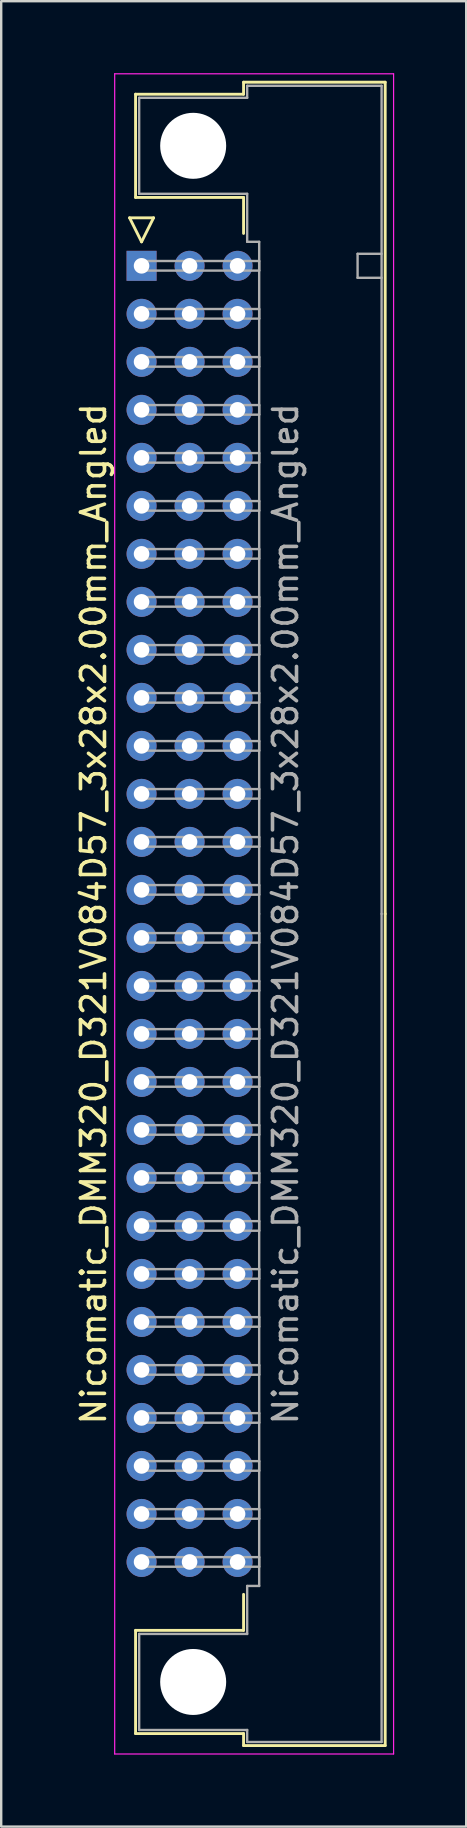
<source format=kicad_pcb>
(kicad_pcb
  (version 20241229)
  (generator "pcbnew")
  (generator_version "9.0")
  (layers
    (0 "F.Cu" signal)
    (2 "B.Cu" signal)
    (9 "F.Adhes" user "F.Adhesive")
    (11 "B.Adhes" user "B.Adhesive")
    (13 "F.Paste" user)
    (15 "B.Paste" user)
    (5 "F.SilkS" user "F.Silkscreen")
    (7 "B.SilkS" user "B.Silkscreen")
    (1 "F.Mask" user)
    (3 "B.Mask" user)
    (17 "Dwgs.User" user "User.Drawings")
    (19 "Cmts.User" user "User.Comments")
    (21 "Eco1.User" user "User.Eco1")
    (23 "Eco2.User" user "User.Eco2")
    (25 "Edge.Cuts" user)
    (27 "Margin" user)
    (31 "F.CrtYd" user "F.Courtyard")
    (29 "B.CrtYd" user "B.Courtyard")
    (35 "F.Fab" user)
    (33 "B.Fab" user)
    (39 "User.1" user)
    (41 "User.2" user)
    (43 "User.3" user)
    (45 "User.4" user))
  (footprint "Nicomatic_DMM320_D321V084D57_3x28x2.00mm_Angled"
    (layer "F.Cu")
    (at 2.848 8.025)
    (property "Reference" "Nicomatic_DMM320_D321V084D57_3x28x2.00mm_Angled" (at -2 27 90) (layer "F.SilkS") (effects (font (size 1 1) (thickness 0.15))))
    (attr through_hole)
    (fp_line (start -0.5 -2) (end 0 -1) (stroke (width 0.12) (type solid)) (layer "F.SilkS"))
    (fp_line (start -0.25 -7.15) (end -0.25 -2.85) (stroke (width 0.12) (type solid)) (layer "F.SilkS"))
    (fp_line (start -0.25 -2.85) (end 4.25 -2.85) (stroke (width 0.12) (type solid)) (layer "F.SilkS"))
    (fp_line (start -0.25 56.85) (end 4.25 56.85) (stroke (width 0.12) (type solid)) (layer "F.SilkS"))
    (fp_line (start -0.25 61.15) (end -0.25 56.85) (stroke (width 0.12) (type solid)) (layer "F.SilkS"))
    (fp_line (start 0 -1) (end 0.5 -2) (stroke (width 0.12) (type solid)) (layer "F.SilkS"))
    (fp_line (start 0.5 -2) (end -0.5 -2) (stroke (width 0.12) (type solid)) (layer "F.SilkS"))
    (fp_line (start 4.25 -7.65) (end 4.25 -7.15) (stroke (width 0.12) (type solid)) (layer "F.SilkS"))
    (fp_line (start 4.25 -7.15) (end -0.25 -7.15) (stroke (width 0.12) (type solid)) (layer "F.SilkS"))
    (fp_line (start 4.25 -2.85) (end 4.25 -1.35) (stroke (width 0.12) (type solid)) (layer "F.SilkS"))
    (fp_line (start 4.25 56.85) (end 4.25 55.35) (stroke (width 0.12) (type solid)) (layer "F.SilkS"))
    (fp_line (start 4.25 61.15) (end -0.25 61.15) (stroke (width 0.12) (type solid)) (layer "F.SilkS"))
    (fp_line (start 4.25 61.65) (end 4.25 61.15) (stroke (width 0.12) (type solid)) (layer "F.SilkS"))
    (fp_line (start 10.15 -7.65) (end 4.25 -7.65) (stroke (width 0.12) (type solid)) (layer "F.SilkS"))
    (fp_line (start 10.15 27) (end 10.15 -7.65) (stroke (width 0.12) (type solid)) (layer "F.SilkS"))
    (fp_line (start 10.15 27) (end 10.15 61.65) (stroke (width 0.12) (type solid)) (layer "F.SilkS"))
    (fp_line (start 10.15 61.65) (end 4.25 61.65) (stroke (width 0.12) (type solid)) (layer "F.SilkS"))
    (fp_line (start -1.12 -8) (end -1.12 62) (stroke (width 0.05) (type solid)) (layer "F.CrtYd"))
    (fp_line (start -1.12 62) (end 10.5 62) (stroke (width 0.05) (type solid)) (layer "F.CrtYd"))
    (fp_line (start 10.5 -8) (end -1.12 -8) (stroke (width 0.05) (type solid)) (layer "F.CrtYd"))
    (fp_line (start 10.5 62) (end 10.5 -8) (stroke (width 0.05) (type solid)) (layer "F.CrtYd"))
    (fp_line (start -0.1 -7) (end -0.1 -3) (stroke (width 0.1) (type solid)) (layer "F.Fab"))
    (fp_line (start -0.1 -3) (end 4.4 -3) (stroke (width 0.1) (type solid)) (layer "F.Fab"))
    (fp_line (start -0.1 57) (end 4.4 57) (stroke (width 0.1) (type solid)) (layer "F.Fab"))
    (fp_line (start -0.1 61) (end -0.1 57) (stroke (width 0.1) (type solid)) (layer "F.Fab"))
    (fp_line (start 0 -0.2) (end 0 0.2) (stroke (width 0.1) (type solid)) (layer "F.Fab"))
    (fp_line (start 0 0.2) (end 4.9 0.2) (stroke (width 0.1) (type solid)) (layer "F.Fab"))
    (fp_line (start 0 1.8) (end 0 2.2) (stroke (width 0.1) (type solid)) (layer "F.Fab"))
    (fp_line (start 0 2.2) (end 4.9 2.2) (stroke (width 0.1) (type solid)) (layer "F.Fab"))
    (fp_line (start 0 3.8) (end 0 4.2) (stroke (width 0.1) (type solid)) (layer "F.Fab"))
    (fp_line (start 0 4.2) (end 4.9 4.2) (stroke (width 0.1) (type solid)) (layer "F.Fab"))
    (fp_line (start 0 5.8) (end 0 6.2) (stroke (width 0.1) (type solid)) (layer "F.Fab"))
    (fp_line (start 0 6.2) (end 4.9 6.2) (stroke (width 0.1) (type solid)) (layer "F.Fab"))
    (fp_line (start 0 7.8) (end 0 8.2) (stroke (width 0.1) (type solid)) (layer "F.Fab"))
    (fp_line (start 0 8.2) (end 4.9 8.2) (stroke (width 0.1) (type solid)) (layer "F.Fab"))
    (fp_line (start 0 9.8) (end 0 10.2) (stroke (width 0.1) (type solid)) (layer "F.Fab"))
    (fp_line (start 0 10.2) (end 4.9 10.2) (stroke (width 0.1) (type solid)) (layer "F.Fab"))
    (fp_line (start 0 11.8) (end 0 12.2) (stroke (width 0.1) (type solid)) (layer "F.Fab"))
    (fp_line (start 0 12.2) (end 4.9 12.2) (stroke (width 0.1) (type solid)) (layer "F.Fab"))
    (fp_line (start 0 13.8) (end 0 14.2) (stroke (width 0.1) (type solid)) (layer "F.Fab"))
    (fp_line (start 0 14.2) (end 4.9 14.2) (stroke (width 0.1) (type solid)) (layer "F.Fab"))
    (fp_line (start 0 15.8) (end 0 16.2) (stroke (width 0.1) (type solid)) (layer "F.Fab"))
    (fp_line (start 0 16.2) (end 4.9 16.2) (stroke (width 0.1) (type solid)) (layer "F.Fab"))
    (fp_line (start 0 17.8) (end 0 18.2) (stroke (width 0.1) (type solid)) (layer "F.Fab"))
    (fp_line (start 0 18.2) (end 4.9 18.2) (stroke (width 0.1) (type solid)) (layer "F.Fab"))
    (fp_line (start 0 19.8) (end 0 20.2) (stroke (width 0.1) (type solid)) (layer "F.Fab"))
    (fp_line (start 0 20.2) (end 4.9 20.2) (stroke (width 0.1) (type solid)) (layer "F.Fab"))
    (fp_line (start 0 21.8) (end 0 22.2) (stroke (width 0.1) (type solid)) (layer "F.Fab"))
    (fp_line (start 0 22.2) (end 4.9 22.2) (stroke (width 0.1) (type solid)) (layer "F.Fab"))
    (fp_line (start 0 23.8) (end 0 24.2) (stroke (width 0.1) (type solid)) (layer "F.Fab"))
    (fp_line (start 0 24.2) (end 4.9 24.2) (stroke (width 0.1) (type solid)) (layer "F.Fab"))
    (fp_line (start 0 25.8) (end 0 26.2) (stroke (width 0.1) (type solid)) (layer "F.Fab"))
    (fp_line (start 0 26.2) (end 4.9 26.2) (stroke (width 0.1) (type solid)) (layer "F.Fab"))
    (fp_line (start 0 27.8) (end 0 28.2) (stroke (width 0.1) (type solid)) (layer "F.Fab"))
    (fp_line (start 0 28.2) (end 4.9 28.2) (stroke (width 0.1) (type solid)) (layer "F.Fab"))
    (fp_line (start 0 29.8) (end 0 30.2) (stroke (width 0.1) (type solid)) (layer "F.Fab"))
    (fp_line (start 0 30.2) (end 4.9 30.2) (stroke (width 0.1) (type solid)) (layer "F.Fab"))
    (fp_line (start 0 31.8) (end 0 32.2) (stroke (width 0.1) (type solid)) (layer "F.Fab"))
    (fp_line (start 0 32.2) (end 4.9 32.2) (stroke (width 0.1) (type solid)) (layer "F.Fab"))
    (fp_line (start 0 33.8) (end 0 34.2) (stroke (width 0.1) (type solid)) (layer "F.Fab"))
    (fp_line (start 0 34.2) (end 4.9 34.2) (stroke (width 0.1) (type solid)) (layer "F.Fab"))
    (fp_line (start 0 35.8) (end 0 36.2) (stroke (width 0.1) (type solid)) (layer "F.Fab"))
    (fp_line (start 0 36.2) (end 4.9 36.2) (stroke (width 0.1) (type solid)) (layer "F.Fab"))
    (fp_line (start 0 37.8) (end 0 38.2) (stroke (width 0.1) (type solid)) (layer "F.Fab"))
    (fp_line (start 0 38.2) (end 4.9 38.2) (stroke (width 0.1) (type solid)) (layer "F.Fab"))
    (fp_line (start 0 39.8) (end 0 40.2) (stroke (width 0.1) (type solid)) (layer "F.Fab"))
    (fp_line (start 0 40.2) (end 4.9 40.2) (stroke (width 0.1) (type solid)) (layer "F.Fab"))
    (fp_line (start 0 41.8) (end 0 42.2) (stroke (width 0.1) (type solid)) (layer "F.Fab"))
    (fp_line (start 0 42.2) (end 4.9 42.2) (stroke (width 0.1) (type solid)) (layer "F.Fab"))
    (fp_line (start 0 43.8) (end 0 44.2) (stroke (width 0.1) (type solid)) (layer "F.Fab"))
    (fp_line (start 0 44.2) (end 4.9 44.2) (stroke (width 0.1) (type solid)) (layer "F.Fab"))
    (fp_line (start 0 45.8) (end 0 46.2) (stroke (width 0.1) (type solid)) (layer "F.Fab"))
    (fp_line (start 0 46.2) (end 4.9 46.2) (stroke (width 0.1) (type solid)) (layer "F.Fab"))
    (fp_line (start 0 47.8) (end 0 48.2) (stroke (width 0.1) (type solid)) (layer "F.Fab"))
    (fp_line (start 0 48.2) (end 4.9 48.2) (stroke (width 0.1) (type solid)) (layer "F.Fab"))
    (fp_line (start 0 49.8) (end 0 50.2) (stroke (width 0.1) (type solid)) (layer "F.Fab"))
    (fp_line (start 0 50.2) (end 4.9 50.2) (stroke (width 0.1) (type solid)) (layer "F.Fab"))
    (fp_line (start 0 51.8) (end 0 52.2) (stroke (width 0.1) (type solid)) (layer "F.Fab"))
    (fp_line (start 0 52.2) (end 4.9 52.2) (stroke (width 0.1) (type solid)) (layer "F.Fab"))
    (fp_line (start 0 53.8) (end 0 54.2) (stroke (width 0.1) (type solid)) (layer "F.Fab"))
    (fp_line (start 0 54.2) (end 4.9 54.2) (stroke (width 0.1) (type solid)) (layer "F.Fab"))
    (fp_line (start 4.4 -7.5) (end 4.4 -7) (stroke (width 0.1) (type solid)) (layer "F.Fab"))
    (fp_line (start 4.4 -7) (end -0.1 -7) (stroke (width 0.1) (type solid)) (layer "F.Fab"))
    (fp_line (start 4.4 -3) (end 4.4 -1) (stroke (width 0.1) (type solid)) (layer "F.Fab"))
    (fp_line (start 4.4 -1) (end 4.9 -1) (stroke (width 0.1) (type solid)) (layer "F.Fab"))
    (fp_line (start 4.4 55) (end 4.9 55) (stroke (width 0.1) (type solid)) (layer "F.Fab"))
    (fp_line (start 4.4 57) (end 4.4 55) (stroke (width 0.1) (type solid)) (layer "F.Fab"))
    (fp_line (start 4.4 61) (end -0.1 61) (stroke (width 0.1) (type solid)) (layer "F.Fab"))
    (fp_line (start 4.4 61.5) (end 4.4 61) (stroke (width 0.1) (type solid)) (layer "F.Fab"))
    (fp_line (start 4.9 -1) (end 4.9 27) (stroke (width 0.1) (type solid)) (layer "F.Fab"))
    (fp_line (start 4.9 -0.2) (end 0 -0.2) (stroke (width 0.1) (type solid)) (layer "F.Fab"))
    (fp_line (start 4.9 0.2) (end 4.9 -0.2) (stroke (width 0.1) (type solid)) (layer "F.Fab"))
    (fp_line (start 4.9 1.8) (end 0 1.8) (stroke (width 0.1) (type solid)) (layer "F.Fab"))
    (fp_line (start 4.9 2.2) (end 4.9 1.8) (stroke (width 0.1) (type solid)) (layer "F.Fab"))
    (fp_line (start 4.9 3.8) (end 0 3.8) (stroke (width 0.1) (type solid)) (layer "F.Fab"))
    (fp_line (start 4.9 4.2) (end 4.9 3.8) (stroke (width 0.1) (type solid)) (layer "F.Fab"))
    (fp_line (start 4.9 5.8) (end 0 5.8) (stroke (width 0.1) (type solid)) (layer "F.Fab"))
    (fp_line (start 4.9 6.2) (end 4.9 5.8) (stroke (width 0.1) (type solid)) (layer "F.Fab"))
    (fp_line (start 4.9 7.8) (end 0 7.8) (stroke (width 0.1) (type solid)) (layer "F.Fab"))
    (fp_line (start 4.9 8.2) (end 4.9 7.8) (stroke (width 0.1) (type solid)) (layer "F.Fab"))
    (fp_line (start 4.9 9.8) (end 0 9.8) (stroke (width 0.1) (type solid)) (layer "F.Fab"))
    (fp_line (start 4.9 10.2) (end 4.9 9.8) (stroke (width 0.1) (type solid)) (layer "F.Fab"))
    (fp_line (start 4.9 11.8) (end 0 11.8) (stroke (width 0.1) (type solid)) (layer "F.Fab"))
    (fp_line (start 4.9 12.2) (end 4.9 11.8) (stroke (width 0.1) (type solid)) (layer "F.Fab"))
    (fp_line (start 4.9 13.8) (end 0 13.8) (stroke (width 0.1) (type solid)) (layer "F.Fab"))
    (fp_line (start 4.9 14.2) (end 4.9 13.8) (stroke (width 0.1) (type solid)) (layer "F.Fab"))
    (fp_line (start 4.9 15.8) (end 0 15.8) (stroke (width 0.1) (type solid)) (layer "F.Fab"))
    (fp_line (start 4.9 16.2) (end 4.9 15.8) (stroke (width 0.1) (type solid)) (layer "F.Fab"))
    (fp_line (start 4.9 17.8) (end 0 17.8) (stroke (width 0.1) (type solid)) (layer "F.Fab"))
    (fp_line (start 4.9 18.2) (end 4.9 17.8) (stroke (width 0.1) (type solid)) (layer "F.Fab"))
    (fp_line (start 4.9 19.8) (end 0 19.8) (stroke (width 0.1) (type solid)) (layer "F.Fab"))
    (fp_line (start 4.9 20.2) (end 4.9 19.8) (stroke (width 0.1) (type solid)) (layer "F.Fab"))
    (fp_line (start 4.9 21.8) (end 0 21.8) (stroke (width 0.1) (type solid)) (layer "F.Fab"))
    (fp_line (start 4.9 22.2) (end 4.9 21.8) (stroke (width 0.1) (type solid)) (layer "F.Fab"))
    (fp_line (start 4.9 23.8) (end 0 23.8) (stroke (width 0.1) (type solid)) (layer "F.Fab"))
    (fp_line (start 4.9 24.2) (end 4.9 23.8) (stroke (width 0.1) (type solid)) (layer "F.Fab"))
    (fp_line (start 4.9 25.8) (end 0 25.8) (stroke (width 0.1) (type solid)) (layer "F.Fab"))
    (fp_line (start 4.9 26.2) (end 4.9 25.8) (stroke (width 0.1) (type solid)) (layer "F.Fab"))
    (fp_line (start 4.9 27.8) (end 0 27.8) (stroke (width 0.1) (type solid)) (layer "F.Fab"))
    (fp_line (start 4.9 28.2) (end 4.9 27.8) (stroke (width 0.1) (type solid)) (layer "F.Fab"))
    (fp_line (start 4.9 29.8) (end 0 29.8) (stroke (width 0.1) (type solid)) (layer "F.Fab"))
    (fp_line (start 4.9 30.2) (end 4.9 29.8) (stroke (width 0.1) (type solid)) (layer "F.Fab"))
    (fp_line (start 4.9 31.8) (end 0 31.8) (stroke (width 0.1) (type solid)) (layer "F.Fab"))
    (fp_line (start 4.9 32.2) (end 4.9 31.8) (stroke (width 0.1) (type solid)) (layer "F.Fab"))
    (fp_line (start 4.9 33.8) (end 0 33.8) (stroke (width 0.1) (type solid)) (layer "F.Fab"))
    (fp_line (start 4.9 34.2) (end 4.9 33.8) (stroke (width 0.1) (type solid)) (layer "F.Fab"))
    (fp_line (start 4.9 35.8) (end 0 35.8) (stroke (width 0.1) (type solid)) (layer "F.Fab"))
    (fp_line (start 4.9 36.2) (end 4.9 35.8) (stroke (width 0.1) (type solid)) (layer "F.Fab"))
    (fp_line (start 4.9 37.8) (end 0 37.8) (stroke (width 0.1) (type solid)) (layer "F.Fab"))
    (fp_line (start 4.9 38.2) (end 4.9 37.8) (stroke (width 0.1) (type solid)) (layer "F.Fab"))
    (fp_line (start 4.9 39.8) (end 0 39.8) (stroke (width 0.1) (type solid)) (layer "F.Fab"))
    (fp_line (start 4.9 40.2) (end 4.9 39.8) (stroke (width 0.1) (type solid)) (layer "F.Fab"))
    (fp_line (start 4.9 41.8) (end 0 41.8) (stroke (width 0.1) (type solid)) (layer "F.Fab"))
    (fp_line (start 4.9 42.2) (end 4.9 41.8) (stroke (width 0.1) (type solid)) (layer "F.Fab"))
    (fp_line (start 4.9 43.8) (end 0 43.8) (stroke (width 0.1) (type solid)) (layer "F.Fab"))
    (fp_line (start 4.9 44.2) (end 4.9 43.8) (stroke (width 0.1) (type solid)) (layer "F.Fab"))
    (fp_line (start 4.9 45.8) (end 0 45.8) (stroke (width 0.1) (type solid)) (layer "F.Fab"))
    (fp_line (start 4.9 46.2) (end 4.9 45.8) (stroke (width 0.1) (type solid)) (layer "F.Fab"))
    (fp_line (start 4.9 47.8) (end 0 47.8) (stroke (width 0.1) (type solid)) (layer "F.Fab"))
    (fp_line (start 4.9 48.2) (end 4.9 47.8) (stroke (width 0.1) (type solid)) (layer "F.Fab"))
    (fp_line (start 4.9 49.8) (end 0 49.8) (stroke (width 0.1) (type solid)) (layer "F.Fab"))
    (fp_line (start 4.9 50.2) (end 4.9 49.8) (stroke (width 0.1) (type solid)) (layer "F.Fab"))
    (fp_line (start 4.9 51.8) (end 0 51.8) (stroke (width 0.1) (type solid)) (layer "F.Fab"))
    (fp_line (start 4.9 52.2) (end 4.9 51.8) (stroke (width 0.1) (type solid)) (layer "F.Fab"))
    (fp_line (start 4.9 53.8) (end 0 53.8) (stroke (width 0.1) (type solid)) (layer "F.Fab"))
    (fp_line (start 4.9 54.2) (end 4.9 53.8) (stroke (width 0.1) (type solid)) (layer "F.Fab"))
    (fp_line (start 4.9 55) (end 4.9 27) (stroke (width 0.1) (type solid)) (layer "F.Fab"))
    (fp_line (start 9 -0.5) (end 9 0.5) (stroke (width 0.1) (type solid)) (layer "F.Fab"))
    (fp_line (start 9 0.5) (end 10 0.5) (stroke (width 0.1) (type solid)) (layer "F.Fab"))
    (fp_line (start 10 -7.5) (end 4.4 -7.5) (stroke (width 0.1) (type solid)) (layer "F.Fab"))
    (fp_line (start 10 -0.5) (end 9 -0.5) (stroke (width 0.1) (type solid)) (layer "F.Fab"))
    (fp_line (start 10 27) (end 10 -7.5) (stroke (width 0.1) (type solid)) (layer "F.Fab"))
    (fp_line (start 10 27) (end 10 61.5) (stroke (width 0.1) (type solid)) (layer "F.Fab"))
    (fp_line (start 10 61.5) (end 4.4 61.5) (stroke (width 0.1) (type solid)) (layer "F.Fab"))
    (fp_text user "${REFERENCE}" (at 6 27 90) (layer "F.Fab") (effects (font (size 1 1) (thickness 0.15))))
    (pad "" np_thru_hole circle (at 2.15 -5) (size 2.75 2.75) (drill 2.75) (layers "*.Cu" "*.Mask"))
    (pad "" np_thru_hole circle (at 2.15 59) (size 2.75 2.75) (drill 2.75) (layers "*.Cu" "*.Mask"))
    (pad "1" thru_hole rect (at 0 0) (size 1.25 1.25) (drill 0.65) (layers "*.Cu" "*.Mask"))
    (pad "2" thru_hole oval (at 0 2) (size 1.25 1.25) (drill 0.65) (layers "*.Cu" "*.Mask"))
    (pad "3" thru_hole oval (at 0 4) (size 1.25 1.25) (drill 0.65) (layers "*.Cu" "*.Mask"))
    (pad "4" thru_hole oval (at 0 6) (size 1.25 1.25) (drill 0.65) (layers "*.Cu" "*.Mask"))
    (pad "5" thru_hole oval (at 0 8) (size 1.25 1.25) (drill 0.65) (layers "*.Cu" "*.Mask"))
    (pad "6" thru_hole oval (at 0 10) (size 1.25 1.25) (drill 0.65) (layers "*.Cu" "*.Mask"))
    (pad "7" thru_hole oval (at 0 12) (size 1.25 1.25) (drill 0.65) (layers "*.Cu" "*.Mask"))
    (pad "8" thru_hole oval (at 0 14) (size 1.25 1.25) (drill 0.65) (layers "*.Cu" "*.Mask"))
    (pad "9" thru_hole oval (at 0 16) (size 1.25 1.25) (drill 0.65) (layers "*.Cu" "*.Mask"))
    (pad "10" thru_hole oval (at 0 18) (size 1.25 1.25) (drill 0.65) (layers "*.Cu" "*.Mask"))
    (pad "11" thru_hole oval (at 0 20) (size 1.25 1.25) (drill 0.65) (layers "*.Cu" "*.Mask"))
    (pad "12" thru_hole oval (at 0 22) (size 1.25 1.25) (drill 0.65) (layers "*.Cu" "*.Mask"))
    (pad "13" thru_hole oval (at 0 24) (size 1.25 1.25) (drill 0.65) (layers "*.Cu" "*.Mask"))
    (pad "14" thru_hole oval (at 0 26) (size 1.25 1.25) (drill 0.65) (layers "*.Cu" "*.Mask"))
    (pad "15" thru_hole oval (at 0 28) (size 1.25 1.25) (drill 0.65) (layers "*.Cu" "*.Mask"))
    (pad "16" thru_hole oval (at 0 30) (size 1.25 1.25) (drill 0.65) (layers "*.Cu" "*.Mask"))
    (pad "17" thru_hole oval (at 0 32) (size 1.25 1.25) (drill 0.65) (layers "*.Cu" "*.Mask"))
    (pad "18" thru_hole oval (at 0 34) (size 1.25 1.25) (drill 0.65) (layers "*.Cu" "*.Mask"))
    (pad "19" thru_hole oval (at 0 36) (size 1.25 1.25) (drill 0.65) (layers "*.Cu" "*.Mask"))
    (pad "20" thru_hole oval (at 0 38) (size 1.25 1.25) (drill 0.65) (layers "*.Cu" "*.Mask"))
    (pad "21" thru_hole oval (at 0 40) (size 1.25 1.25) (drill 0.65) (layers "*.Cu" "*.Mask"))
    (pad "22" thru_hole oval (at 0 42) (size 1.25 1.25) (drill 0.65) (layers "*.Cu" "*.Mask"))
    (pad "23" thru_hole oval (at 0 44) (size 1.25 1.25) (drill 0.65) (layers "*.Cu" "*.Mask"))
    (pad "24" thru_hole oval (at 0 46) (size 1.25 1.25) (drill 0.65) (layers "*.Cu" "*.Mask"))
    (pad "25" thru_hole oval (at 0 48) (size 1.25 1.25) (drill 0.65) (layers "*.Cu" "*.Mask"))
    (pad "26" thru_hole oval (at 0 50) (size 1.25 1.25) (drill 0.65) (layers "*.Cu" "*.Mask"))
    (pad "27" thru_hole oval (at 0 52) (size 1.25 1.25) (drill 0.65) (layers "*.Cu" "*.Mask"))
    (pad "28" thru_hole oval (at 0 54) (size 1.25 1.25) (drill 0.65) (layers "*.Cu" "*.Mask"))
    (pad "29" thru_hole oval (at 2 0) (size 1.25 1.25) (drill 0.65) (layers "*.Cu" "*.Mask"))
    (pad "30" thru_hole oval (at 2 2) (size 1.25 1.25) (drill 0.65) (layers "*.Cu" "*.Mask"))
    (pad "31" thru_hole oval (at 2 4) (size 1.25 1.25) (drill 0.65) (layers "*.Cu" "*.Mask"))
    (pad "32" thru_hole oval (at 2 6) (size 1.25 1.25) (drill 0.65) (layers "*.Cu" "*.Mask"))
    (pad "33" thru_hole oval (at 2 8) (size 1.25 1.25) (drill 0.65) (layers "*.Cu" "*.Mask"))
    (pad "34" thru_hole oval (at 2 10) (size 1.25 1.25) (drill 0.65) (layers "*.Cu" "*.Mask"))
    (pad "35" thru_hole oval (at 2 12) (size 1.25 1.25) (drill 0.65) (layers "*.Cu" "*.Mask"))
    (pad "36" thru_hole oval (at 2 14) (size 1.25 1.25) (drill 0.65) (layers "*.Cu" "*.Mask"))
    (pad "37" thru_hole oval (at 2 16) (size 1.25 1.25) (drill 0.65) (layers "*.Cu" "*.Mask"))
    (pad "38" thru_hole oval (at 2 18) (size 1.25 1.25) (drill 0.65) (layers "*.Cu" "*.Mask"))
    (pad "39" thru_hole oval (at 2 20) (size 1.25 1.25) (drill 0.65) (layers "*.Cu" "*.Mask"))
    (pad "40" thru_hole oval (at 2 22) (size 1.25 1.25) (drill 0.65) (layers "*.Cu" "*.Mask"))
    (pad "41" thru_hole oval (at 2 24) (size 1.25 1.25) (drill 0.65) (layers "*.Cu" "*.Mask"))
    (pad "42" thru_hole oval (at 2 26) (size 1.25 1.25) (drill 0.65) (layers "*.Cu" "*.Mask"))
    (pad "43" thru_hole oval (at 2 28) (size 1.25 1.25) (drill 0.65) (layers "*.Cu" "*.Mask"))
    (pad "44" thru_hole oval (at 2 30) (size 1.25 1.25) (drill 0.65) (layers "*.Cu" "*.Mask"))
    (pad "45" thru_hole oval (at 2 32) (size 1.25 1.25) (drill 0.65) (layers "*.Cu" "*.Mask"))
    (pad "46" thru_hole oval (at 2 34) (size 1.25 1.25) (drill 0.65) (layers "*.Cu" "*.Mask"))
    (pad "47" thru_hole oval (at 2 36) (size 1.25 1.25) (drill 0.65) (layers "*.Cu" "*.Mask"))
    (pad "48" thru_hole oval (at 2 38) (size 1.25 1.25) (drill 0.65) (layers "*.Cu" "*.Mask"))
    (pad "49" thru_hole oval (at 2 40) (size 1.25 1.25) (drill 0.65) (layers "*.Cu" "*.Mask"))
    (pad "50" thru_hole oval (at 2 42) (size 1.25 1.25) (drill 0.65) (layers "*.Cu" "*.Mask"))
    (pad "51" thru_hole oval (at 2 44) (size 1.25 1.25) (drill 0.65) (layers "*.Cu" "*.Mask"))
    (pad "52" thru_hole oval (at 2 46) (size 1.25 1.25) (drill 0.65) (layers "*.Cu" "*.Mask"))
    (pad "53" thru_hole oval (at 2 48) (size 1.25 1.25) (drill 0.65) (layers "*.Cu" "*.Mask"))
    (pad "54" thru_hole oval (at 2 50) (size 1.25 1.25) (drill 0.65) (layers "*.Cu" "*.Mask"))
    (pad "55" thru_hole oval (at 2 52) (size 1.25 1.25) (drill 0.65) (layers "*.Cu" "*.Mask"))
    (pad "56" thru_hole oval (at 2 54) (size 1.25 1.25) (drill 0.65) (layers "*.Cu" "*.Mask"))
    (pad "57" thru_hole oval (at 4 0) (size 1.25 1.25) (drill 0.65) (layers "*.Cu" "*.Mask"))
    (pad "58" thru_hole oval (at 4 2) (size 1.25 1.25) (drill 0.65) (layers "*.Cu" "*.Mask"))
    (pad "59" thru_hole oval (at 4 4) (size 1.25 1.25) (drill 0.65) (layers "*.Cu" "*.Mask"))
    (pad "60" thru_hole oval (at 4 6) (size 1.25 1.25) (drill 0.65) (layers "*.Cu" "*.Mask"))
    (pad "61" thru_hole oval (at 4 8) (size 1.25 1.25) (drill 0.65) (layers "*.Cu" "*.Mask"))
    (pad "62" thru_hole oval (at 4 10) (size 1.25 1.25) (drill 0.65) (layers "*.Cu" "*.Mask"))
    (pad "63" thru_hole oval (at 4 12) (size 1.25 1.25) (drill 0.65) (layers "*.Cu" "*.Mask"))
    (pad "64" thru_hole oval (at 4 14) (size 1.25 1.25) (drill 0.65) (layers "*.Cu" "*.Mask"))
    (pad "65" thru_hole oval (at 4 16) (size 1.25 1.25) (drill 0.65) (layers "*.Cu" "*.Mask"))
    (pad "66" thru_hole oval (at 4 18) (size 1.25 1.25) (drill 0.65) (layers "*.Cu" "*.Mask"))
    (pad "67" thru_hole oval (at 4 20) (size 1.25 1.25) (drill 0.65) (layers "*.Cu" "*.Mask"))
    (pad "68" thru_hole oval (at 4 22) (size 1.25 1.25) (drill 0.65) (layers "*.Cu" "*.Mask"))
    (pad "69" thru_hole oval (at 4 24) (size 1.25 1.25) (drill 0.65) (layers "*.Cu" "*.Mask"))
    (pad "70" thru_hole oval (at 4 26) (size 1.25 1.25) (drill 0.65) (layers "*.Cu" "*.Mask"))
    (pad "71" thru_hole oval (at 4 28) (size 1.25 1.25) (drill 0.65) (layers "*.Cu" "*.Mask"))
    (pad "72" thru_hole oval (at 4 30) (size 1.25 1.25) (drill 0.65) (layers "*.Cu" "*.Mask"))
    (pad "73" thru_hole oval (at 4 32) (size 1.25 1.25) (drill 0.65) (layers "*.Cu" "*.Mask"))
    (pad "74" thru_hole oval (at 4 34) (size 1.25 1.25) (drill 0.65) (layers "*.Cu" "*.Mask"))
    (pad "75" thru_hole oval (at 4 36) (size 1.25 1.25) (drill 0.65) (layers "*.Cu" "*.Mask"))
    (pad "76" thru_hole oval (at 4 38) (size 1.25 1.25) (drill 0.65) (layers "*.Cu" "*.Mask"))
    (pad "77" thru_hole oval (at 4 40) (size 1.25 1.25) (drill 0.65) (layers "*.Cu" "*.Mask"))
    (pad "78" thru_hole oval (at 4 42) (size 1.25 1.25) (drill 0.65) (layers "*.Cu" "*.Mask"))
    (pad "79" thru_hole oval (at 4 44) (size 1.25 1.25) (drill 0.65) (layers "*.Cu" "*.Mask"))
    (pad "80" thru_hole oval (at 4 46) (size 1.25 1.25) (drill 0.65) (layers "*.Cu" "*.Mask"))
    (pad "81" thru_hole oval (at 4 48) (size 1.25 1.25) (drill 0.65) (layers "*.Cu" "*.Mask"))
    (pad "82" thru_hole oval (at 4 50) (size 1.25 1.25) (drill 0.65) (layers "*.Cu" "*.Mask"))
    (pad "83" thru_hole oval (at 4 52) (size 1.25 1.25) (drill 0.65) (layers "*.Cu" "*.Mask"))
    (pad "84" thru_hole oval (at 4 54) (size 1.25 1.25) (drill 0.65) (layers "*.Cu" "*.Mask")))
  (gr_rect
    (start -3 -3)
    (end 16.373 73.05)
    (stroke (width 0.1) (type default))
    (fill no)
    (layer "Edge.Cuts")))
</source>
